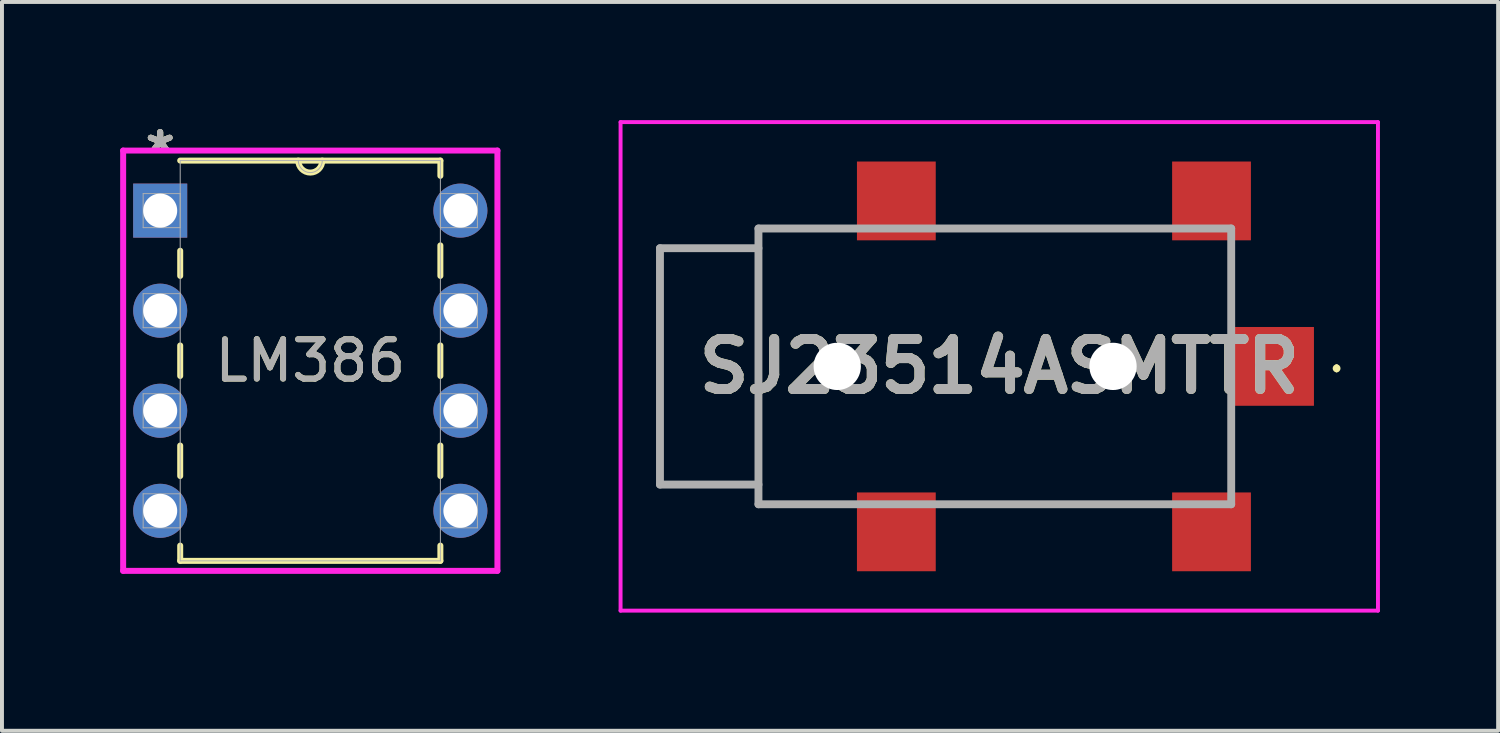
<source format=kicad_pcb>
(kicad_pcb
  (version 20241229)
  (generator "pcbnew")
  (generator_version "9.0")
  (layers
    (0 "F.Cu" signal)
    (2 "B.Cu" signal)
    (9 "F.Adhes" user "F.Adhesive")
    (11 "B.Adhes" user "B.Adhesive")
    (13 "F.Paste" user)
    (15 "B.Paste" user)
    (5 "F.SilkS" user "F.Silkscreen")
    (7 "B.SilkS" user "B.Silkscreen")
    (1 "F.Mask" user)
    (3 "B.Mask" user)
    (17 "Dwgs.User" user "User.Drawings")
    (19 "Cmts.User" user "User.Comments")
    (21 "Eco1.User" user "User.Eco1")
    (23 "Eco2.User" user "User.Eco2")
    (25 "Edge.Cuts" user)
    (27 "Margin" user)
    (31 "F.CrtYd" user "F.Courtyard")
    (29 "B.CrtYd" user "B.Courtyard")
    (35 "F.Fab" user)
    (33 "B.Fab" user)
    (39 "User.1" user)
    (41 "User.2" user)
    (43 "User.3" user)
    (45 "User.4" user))
  (footprint "LM386"
    (layer "F.Cu")
    (at 8.636 9.916)
    (property "Reference" "LM386" (at -3.81 -3.81 0) (unlocked yes) (layer "F.SilkS") (effects (font (size 1 1) (thickness 0.15))))
    (attr through_hole)
    (fp_line (start -7.112 -6.601) (end -7.112 -5.963) (stroke (width 0.152) (type solid)) (layer "F.SilkS"))
    (fp_line (start -7.112 -4.197) (end -7.112 -3.423) (stroke (width 0.152) (type solid)) (layer "F.SilkS"))
    (fp_line (start -7.112 -1.657) (end -7.112 -0.883) (stroke (width 0.152) (type solid)) (layer "F.SilkS"))
    (fp_line (start -7.112 0.883) (end -7.112 1.27) (stroke (width 0.152) (type solid)) (layer "F.SilkS"))
    (fp_line (start -7.112 1.27) (end -0.508 1.27) (stroke (width 0.152) (type solid)) (layer "F.SilkS"))
    (fp_line (start -0.508 -8.89) (end -7.112 -8.89) (stroke (width 0.152) (type solid)) (layer "F.SilkS"))
    (fp_line (start -0.508 -8.503) (end -0.508 -8.89) (stroke (width 0.152) (type solid)) (layer "F.SilkS"))
    (fp_line (start -0.508 -5.963) (end -0.508 -6.737) (stroke (width 0.152) (type solid)) (layer "F.SilkS"))
    (fp_line (start -0.508 -3.423) (end -0.508 -4.197) (stroke (width 0.152) (type solid)) (layer "F.SilkS"))
    (fp_line (start -0.508 -0.883) (end -0.508 -1.657) (stroke (width 0.152) (type solid)) (layer "F.SilkS"))
    (fp_line (start -0.508 1.27) (end -0.508 0.883) (stroke (width 0.152) (type solid)) (layer "F.SilkS"))
    (fp_arc (start -3.5052 -8.89) (mid -3.81 -8.5852) (end -4.1148 -8.89) (stroke (width 0.1524) (type solid)) (layer "F.SilkS"))
    (fp_line (start -8.56 -9.144) (end -8.56 1.524) (stroke (width 0.152) (type solid)) (layer "F.CrtYd"))
    (fp_line (start -8.56 1.524) (end 0.94 1.524) (stroke (width 0.152) (type solid)) (layer "F.CrtYd"))
    (fp_line (start 0.94 -9.144) (end -8.56 -9.144) (stroke (width 0.152) (type solid)) (layer "F.CrtYd"))
    (fp_line (start 0.94 1.524) (end 0.94 -9.144) (stroke (width 0.152) (type solid)) (layer "F.CrtYd"))
    (fp_line (start -8.052 -8.052) (end -8.052 -7.188) (stroke (width 0.025) (type solid)) (layer "F.Fab"))
    (fp_line (start -8.052 -7.188) (end -7.112 -7.188) (stroke (width 0.025) (type solid)) (layer "F.Fab"))
    (fp_line (start -8.052 -5.512) (end -8.052 -4.648) (stroke (width 0.025) (type solid)) (layer "F.Fab"))
    (fp_line (start -8.052 -4.648) (end -7.112 -4.648) (stroke (width 0.025) (type solid)) (layer "F.Fab"))
    (fp_line (start -8.052 -2.972) (end -8.052 -2.108) (stroke (width 0.025) (type solid)) (layer "F.Fab"))
    (fp_line (start -8.052 -2.108) (end -7.112 -2.108) (stroke (width 0.025) (type solid)) (layer "F.Fab"))
    (fp_line (start -8.052 -0.432) (end -8.052 0.432) (stroke (width 0.025) (type solid)) (layer "F.Fab"))
    (fp_line (start -8.052 0.432) (end -7.112 0.432) (stroke (width 0.025) (type solid)) (layer "F.Fab"))
    (fp_line (start -7.112 -8.89) (end -7.112 1.27) (stroke (width 0.025) (type solid)) (layer "F.Fab"))
    (fp_line (start -7.112 -8.052) (end -8.052 -8.052) (stroke (width 0.025) (type solid)) (layer "F.Fab"))
    (fp_line (start -7.112 -7.188) (end -7.112 -8.052) (stroke (width 0.025) (type solid)) (layer "F.Fab"))
    (fp_line (start -7.112 -5.512) (end -8.052 -5.512) (stroke (width 0.025) (type solid)) (layer "F.Fab"))
    (fp_line (start -7.112 -4.648) (end -7.112 -5.512) (stroke (width 0.025) (type solid)) (layer "F.Fab"))
    (fp_line (start -7.112 -2.972) (end -8.052 -2.972) (stroke (width 0.025) (type solid)) (layer "F.Fab"))
    (fp_line (start -7.112 -2.108) (end -7.112 -2.972) (stroke (width 0.025) (type solid)) (layer "F.Fab"))
    (fp_line (start -7.112 -0.432) (end -8.052 -0.432) (stroke (width 0.025) (type solid)) (layer "F.Fab"))
    (fp_line (start -7.112 0.432) (end -7.112 -0.432) (stroke (width 0.025) (type solid)) (layer "F.Fab"))
    (fp_line (start -7.112 1.27) (end -0.508 1.27) (stroke (width 0.025) (type solid)) (layer "F.Fab"))
    (fp_line (start -0.508 -8.89) (end -7.112 -8.89) (stroke (width 0.025) (type solid)) (layer "F.Fab"))
    (fp_line (start -0.508 -8.052) (end -0.508 -7.188) (stroke (width 0.025) (type solid)) (layer "F.Fab"))
    (fp_line (start -0.508 -7.188) (end 0.432 -7.188) (stroke (width 0.025) (type solid)) (layer "F.Fab"))
    (fp_line (start -0.508 -5.512) (end -0.508 -4.648) (stroke (width 0.025) (type solid)) (layer "F.Fab"))
    (fp_line (start -0.508 -4.648) (end 0.432 -4.648) (stroke (width 0.025) (type solid)) (layer "F.Fab"))
    (fp_line (start -0.508 -2.972) (end -0.508 -2.108) (stroke (width 0.025) (type solid)) (layer "F.Fab"))
    (fp_line (start -0.508 -2.108) (end 0.432 -2.108) (stroke (width 0.025) (type solid)) (layer "F.Fab"))
    (fp_line (start -0.508 -0.432) (end -0.508 0.432) (stroke (width 0.025) (type solid)) (layer "F.Fab"))
    (fp_line (start -0.508 0.432) (end 0.432 0.432) (stroke (width 0.025) (type solid)) (layer "F.Fab"))
    (fp_line (start -0.508 1.27) (end -0.508 -8.89) (stroke (width 0.025) (type solid)) (layer "F.Fab"))
    (fp_line (start 0.432 -8.052) (end -0.508 -8.052) (stroke (width 0.025) (type solid)) (layer "F.Fab"))
    (fp_line (start 0.432 -7.188) (end 0.432 -8.052) (stroke (width 0.025) (type solid)) (layer "F.Fab"))
    (fp_line (start 0.432 -5.512) (end -0.508 -5.512) (stroke (width 0.025) (type solid)) (layer "F.Fab"))
    (fp_line (start 0.432 -4.648) (end 0.432 -5.512) (stroke (width 0.025) (type solid)) (layer "F.Fab"))
    (fp_line (start 0.432 -2.972) (end -0.508 -2.972) (stroke (width 0.025) (type solid)) (layer "F.Fab"))
    (fp_line (start 0.432 -2.108) (end 0.432 -2.972) (stroke (width 0.025) (type solid)) (layer "F.Fab"))
    (fp_line (start 0.432 -0.432) (end -0.508 -0.432) (stroke (width 0.025) (type solid)) (layer "F.Fab"))
    (fp_line (start 0.432 0.432) (end 0.432 -0.432) (stroke (width 0.025) (type solid)) (layer "F.Fab"))
    (fp_arc (start -3.5052 -8.89) (mid -3.81 -8.5852) (end -4.1148 -8.89) (stroke (width 0.0254) (type solid)) (layer "F.Fab"))
    (fp_text user "*" (at -7.62 -9.068 0) (layer "F.SilkS") (effects (font (size 1 1) (thickness 0.15))))
    (fp_text user "*" (at -7.62 -9.068 0) (unlocked yes) (layer "F.SilkS") (effects (font (size 1 1) (thickness 0.15))))
    (fp_text user "${REFERENCE}" (at -3.81 -3.81 0) (unlocked yes) (layer "F.Fab") (effects (font (size 1 1) (thickness 0.15))))
    (fp_text user "*" (at -7.62 -9.068 0) (unlocked yes) (layer "F.Fab") (effects (font (size 1 1) (thickness 0.15))))
    (fp_text user "*" (at -7.62 -9.068 0) (layer "F.Fab") (effects (font (size 1 1) (thickness 0.15))))
    (pad "1" thru_hole rect (at -7.62 -7.62) (size 1.372 1.372) (drill 0.864) (layers "*.Cu" "*.Mask"))
    (pad "2" thru_hole circle (at -7.62 -5.08) (size 1.372 1.372) (drill 0.864) (layers "*.Cu" "*.Mask"))
    (pad "3" thru_hole circle (at -7.62 -2.54) (size 1.372 1.372) (drill 0.864) (layers "*.Cu" "*.Mask"))
    (pad "4" thru_hole circle (at -7.62 0) (size 1.372 1.372) (drill 0.864) (layers "*.Cu" "*.Mask"))
    (pad "5" thru_hole circle (at 0 0) (size 1.372 1.372) (drill 0.864) (layers "*.Cu" "*.Mask"))
    (pad "6" thru_hole circle (at 0 -2.54) (size 1.372 1.372) (drill 0.864) (layers "*.Cu" "*.Mask"))
    (pad "7" thru_hole circle (at 0 -5.08) (size 1.372 1.372) (drill 0.864) (layers "*.Cu" "*.Mask"))
    (pad "8" thru_hole circle (at 0 -7.62) (size 1.372 1.372) (drill 0.864) (layers "*.Cu" "*.Mask")))
  (footprint "SJ23514ASMTTR"
    (layer "F.Cu")
    (at 21.477 6.25)
    (property "Reference" "SJ23514ASMTTR" (at 0.838 0 0) (layer "F.SilkS") (effects (font (size 1.27 1.27) (thickness 0.254))))
    (attr through_hole)
    (fp_line (start -7.775 -3) (end -7.775 3) (stroke (width 0.1) (type solid)) (layer "F.SilkS"))
    (fp_line (start -7.775 3) (end -5.275 3) (stroke (width 0.1) (type solid)) (layer "F.SilkS"))
    (fp_line (start -5.275 -3.5) (end -5.275 3.5) (stroke (width 0.1) (type solid)) (layer "F.SilkS"))
    (fp_line (start -5.275 -3) (end -7.775 -3) (stroke (width 0.1) (type solid)) (layer "F.SilkS"))
    (fp_line (start -5.275 3.5) (end -3.075 3.5) (stroke (width 0.1) (type solid)) (layer "F.SilkS"))
    (fp_line (start -3.075 -3.5) (end -5.275 -3.5) (stroke (width 0.1) (type solid)) (layer "F.SilkS"))
    (fp_line (start -0.475 -3.5) (end 4.925 -3.5) (stroke (width 0.1) (type solid)) (layer "F.SilkS"))
    (fp_line (start -0.475 3.5) (end 4.925 3.5) (stroke (width 0.1) (type solid)) (layer "F.SilkS"))
    (fp_line (start 6.725 -2.8) (end 6.725 -1.4) (stroke (width 0.1) (type solid)) (layer "F.SilkS"))
    (fp_line (start 6.725 1.4) (end 6.725 2.8) (stroke (width 0.1) (type solid)) (layer "F.SilkS"))
    (fp_line (start 9.4 0) (end 9.4 0) (stroke (width 0.1) (type solid)) (layer "F.SilkS"))
    (fp_line (start 9.4 0.1) (end 9.4 0.1) (stroke (width 0.1) (type solid)) (layer "F.SilkS"))
    (fp_arc (start 9.4 0) (mid 9.45 0.05) (end 9.4 0.1) (stroke (width 0.1) (type solid)) (layer "F.SilkS"))
    (fp_arc (start 9.4 0.1) (mid 9.35 0.05) (end 9.4 0) (stroke (width 0.1) (type solid)) (layer "F.SilkS"))
    (fp_line (start -8.775 -6.2) (end 10.45 -6.2) (stroke (width 0.1) (type solid)) (layer "F.CrtYd"))
    (fp_line (start -8.775 6.2) (end -8.775 -6.2) (stroke (width 0.1) (type solid)) (layer "F.CrtYd"))
    (fp_line (start 10.45 -6.2) (end 10.45 6.2) (stroke (width 0.1) (type solid)) (layer "F.CrtYd"))
    (fp_line (start 10.45 6.2) (end -8.775 6.2) (stroke (width 0.1) (type solid)) (layer "F.CrtYd"))
    (fp_line (start -7.775 -3) (end -7.775 3) (stroke (width 0.2) (type solid)) (layer "F.Fab"))
    (fp_line (start -7.775 3) (end -5.275 3) (stroke (width 0.2) (type solid)) (layer "F.Fab"))
    (fp_line (start -5.275 -3.5) (end 6.725 -3.5) (stroke (width 0.2) (type solid)) (layer "F.Fab"))
    (fp_line (start -5.275 -3) (end -7.775 -3) (stroke (width 0.2) (type solid)) (layer "F.Fab"))
    (fp_line (start -5.275 3.5) (end -5.275 -3.5) (stroke (width 0.2) (type solid)) (layer "F.Fab"))
    (fp_line (start 6.725 -3.5) (end 6.725 3.5) (stroke (width 0.2) (type solid)) (layer "F.Fab"))
    (fp_line (start 6.725 3.5) (end -5.275 3.5) (stroke (width 0.2) (type solid)) (layer "F.Fab"))
    (fp_text user "${REFERENCE}" (at 0.838 0 0) (layer "F.Fab") (effects (font (size 1.27 1.27) (thickness 0.254))))
    (pad "" np_thru_hole circle (at -3.275 0) (size 1.2 1.2) (drill 1.2) (layers "*.Cu" "*.Mask"))
    (pad "" np_thru_hole circle (at 3.725 0) (size 1.2 1.2) (drill 1.2) (layers "*.Cu" "*.Mask"))
    (pad "1" smd rect (at 7.775 0 90) (size 2 2.1) (layers "F.Cu" "F.Mask" "F.Paste"))
    (pad "3" smd rect (at 6.225 4.2 90) (size 2 2) (layers "F.Cu" "F.Mask" "F.Paste"))
    (pad "4" smd rect (at 6.225 -4.2 90) (size 2 2) (layers "F.Cu" "F.Mask" "F.Paste"))
    (pad "A2" smd rect (at -1.775 -4.2 90) (size 2 2) (layers "F.Cu" "F.Mask" "F.Paste"))
    (pad "B2" smd rect (at -1.775 4.2 90) (size 2 2) (layers "F.Cu" "F.Mask" "F.Paste")))
  (gr_rect
    (start -3 -3)
    (end 34.977 15.5)
    (stroke (width 0.1) (type default))
    (fill no)
    (layer "Edge.Cuts")))
</source>
